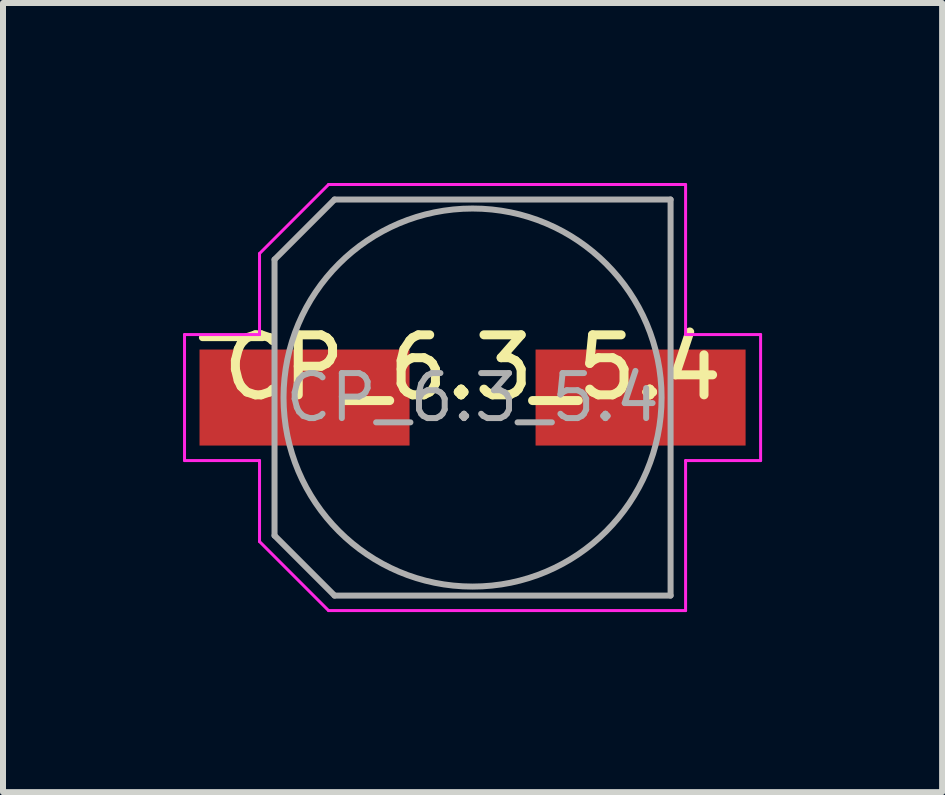
<source format=kicad_pcb>
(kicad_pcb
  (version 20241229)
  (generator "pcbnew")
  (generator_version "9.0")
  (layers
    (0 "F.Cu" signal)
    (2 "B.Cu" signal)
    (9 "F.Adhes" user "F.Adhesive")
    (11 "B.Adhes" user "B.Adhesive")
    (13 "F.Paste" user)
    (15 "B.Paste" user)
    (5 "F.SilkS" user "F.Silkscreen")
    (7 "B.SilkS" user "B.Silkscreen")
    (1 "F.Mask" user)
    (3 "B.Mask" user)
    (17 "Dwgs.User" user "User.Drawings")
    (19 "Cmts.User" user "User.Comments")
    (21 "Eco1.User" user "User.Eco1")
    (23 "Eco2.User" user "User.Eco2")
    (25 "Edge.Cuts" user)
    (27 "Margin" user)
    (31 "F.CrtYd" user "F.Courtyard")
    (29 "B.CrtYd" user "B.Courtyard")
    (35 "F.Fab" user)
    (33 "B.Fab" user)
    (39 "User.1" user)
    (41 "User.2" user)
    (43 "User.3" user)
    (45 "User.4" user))
  (footprint "CP_6.3_5.4"
    (layer "F.Cu")
    (at 4.825 3.575)
    (property "Reference" "CP_6.3_5.4" (at 0 -0.5 0) (unlocked yes) (layer "F.SilkS") (effects (font (size 1 1) (thickness 0.15))))
    (attr smd)
    (fp_line (start -4.5 -1) (end -3.5 -1) (stroke (width 0.12) (type default)) (layer "F.SilkS"))
    (fp_line (start -4.8 -1.05) (end -4.8 1.05) (stroke (width 0.05) (type solid)) (layer "F.CrtYd"))
    (fp_line (start -4.8 1.05) (end -3.55 1.05) (stroke (width 0.05) (type solid)) (layer "F.CrtYd"))
    (fp_line (start -3.55 -2.4) (end -3.55 -1.05) (stroke (width 0.05) (type solid)) (layer "F.CrtYd"))
    (fp_line (start -3.55 -2.4) (end -2.4 -3.55) (stroke (width 0.05) (type solid)) (layer "F.CrtYd"))
    (fp_line (start -3.55 -1.05) (end -4.8 -1.05) (stroke (width 0.05) (type solid)) (layer "F.CrtYd"))
    (fp_line (start -3.55 1.05) (end -3.55 2.4) (stroke (width 0.05) (type solid)) (layer "F.CrtYd"))
    (fp_line (start -3.55 2.4) (end -2.4 3.55) (stroke (width 0.05) (type solid)) (layer "F.CrtYd"))
    (fp_line (start -2.4 -3.55) (end 3.55 -3.55) (stroke (width 0.05) (type solid)) (layer "F.CrtYd"))
    (fp_line (start -2.4 3.55) (end 3.55 3.55) (stroke (width 0.05) (type solid)) (layer "F.CrtYd"))
    (fp_line (start 3.55 -3.55) (end 3.55 -1.05) (stroke (width 0.05) (type solid)) (layer "F.CrtYd"))
    (fp_line (start 3.55 -1.05) (end 4.8 -1.05) (stroke (width 0.05) (type solid)) (layer "F.CrtYd"))
    (fp_line (start 3.55 1.05) (end 3.55 3.55) (stroke (width 0.05) (type solid)) (layer "F.CrtYd"))
    (fp_line (start 4.8 -1.05) (end 4.8 1.05) (stroke (width 0.05) (type solid)) (layer "F.CrtYd"))
    (fp_line (start 4.8 1.05) (end 3.55 1.05) (stroke (width 0.05) (type solid)) (layer "F.CrtYd"))
    (fp_line (start -3.3 -2.3) (end -3.3 2.3) (stroke (width 0.1) (type solid)) (layer "F.Fab"))
    (fp_line (start -3.3 -2.3) (end -2.3 -3.3) (stroke (width 0.1) (type solid)) (layer "F.Fab"))
    (fp_line (start -3.3 2.3) (end -2.3 3.3) (stroke (width 0.1) (type solid)) (layer "F.Fab"))
    (fp_line (start -2.3 -3.3) (end 3.3 -3.3) (stroke (width 0.1) (type solid)) (layer "F.Fab"))
    (fp_line (start -2.3 3.3) (end 3.3 3.3) (stroke (width 0.1) (type solid)) (layer "F.Fab"))
    (fp_line (start 3.3 -3.3) (end 3.3 3.3) (stroke (width 0.1) (type solid)) (layer "F.Fab"))
    (fp_circle (center 0 0) (end 3.15 0) (stroke (width 0.1) (type solid)) (fill no) (layer "F.Fab"))
    (fp_text user "${REFERENCE}" (at 0 0 0) (layer "F.Fab") (effects (font (size 0.75 0.75) (thickness 0.1))))
    (pad "1" smd rect (at -2.8 0) (size 3.5 1.6) (layers "F.Cu" "F.Mask" "F.Paste"))
    (pad "2" smd rect (at 2.8 0) (size 3.5 1.6) (layers "F.Cu" "F.Mask" "F.Paste")))
  (gr_rect
    (start -3 -3)
    (end 12.65 10.15)
    (stroke (width 0.1) (type default))
    (fill no)
    (layer "Edge.Cuts")))
</source>
